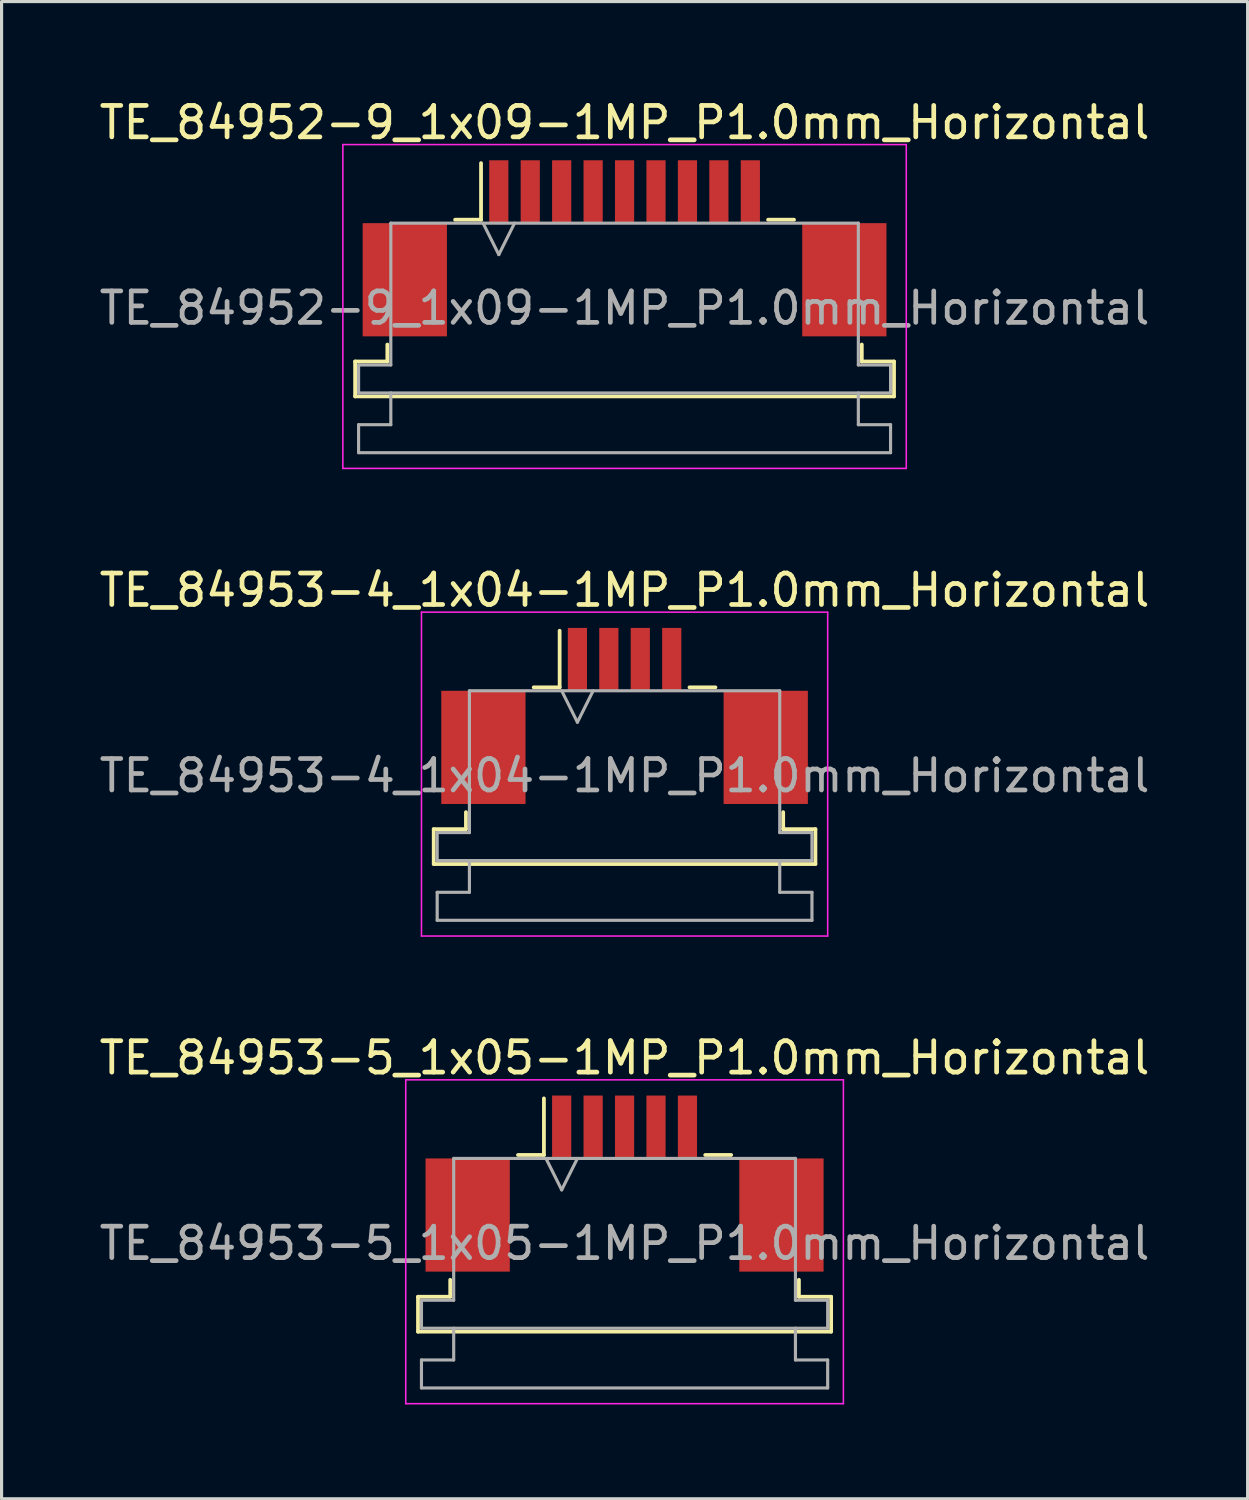
<source format=kicad_pcb>
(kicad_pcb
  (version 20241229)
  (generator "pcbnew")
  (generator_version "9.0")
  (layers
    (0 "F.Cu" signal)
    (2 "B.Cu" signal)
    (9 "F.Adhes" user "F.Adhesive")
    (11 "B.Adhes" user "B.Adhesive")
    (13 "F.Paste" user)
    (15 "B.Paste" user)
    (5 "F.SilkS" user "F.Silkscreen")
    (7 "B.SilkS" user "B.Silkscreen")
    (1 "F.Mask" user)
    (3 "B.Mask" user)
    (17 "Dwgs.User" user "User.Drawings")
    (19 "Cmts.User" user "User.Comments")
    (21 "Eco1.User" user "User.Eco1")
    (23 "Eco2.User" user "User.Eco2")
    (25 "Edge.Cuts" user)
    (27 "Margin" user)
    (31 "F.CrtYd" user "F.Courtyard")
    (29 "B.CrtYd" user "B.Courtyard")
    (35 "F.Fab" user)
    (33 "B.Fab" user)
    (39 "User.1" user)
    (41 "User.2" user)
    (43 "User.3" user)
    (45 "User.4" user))
  (footprint "TE_84953-4_1x04-1MP_P1.0mm_Horizontal"
    (layer "F.Cu")
    (at 16.815 19.721)
    (property "Reference" "TE_84953-4_1x04-1MP_P1.0mm_Horizontal" (at 0 -4 0) (layer "F.SilkS") (effects (font (size 1 1) (thickness 0.15))))
    (attr smd)
    (fp_line (start -6.07 3.6) (end -5.045 3.6) (stroke (width 0.12) (type solid)) (layer "F.SilkS"))
    (fp_line (start -6.07 4.71) (end -6.07 3.6) (stroke (width 0.12) (type solid)) (layer "F.SilkS"))
    (fp_line (start -5.045 3.6) (end -5.045 3.06) (stroke (width 0.12) (type solid)) (layer "F.SilkS"))
    (fp_line (start -2.89 -0.91) (end -2.065 -0.91) (stroke (width 0.12) (type solid)) (layer "F.SilkS"))
    (fp_line (start -2.065 -0.91) (end -2.065 -2.71) (stroke (width 0.12) (type solid)) (layer "F.SilkS"))
    (fp_line (start 2.065 -0.91) (end 2.89 -0.91) (stroke (width 0.12) (type solid)) (layer "F.SilkS"))
    (fp_line (start 5.045 3.06) (end 5.045 3.6) (stroke (width 0.12) (type solid)) (layer "F.SilkS"))
    (fp_line (start 5.045 3.6) (end 6.07 3.6) (stroke (width 0.12) (type solid)) (layer "F.SilkS"))
    (fp_line (start 6.07 3.6) (end 6.07 4.71) (stroke (width 0.12) (type solid)) (layer "F.SilkS"))
    (fp_line (start 6.07 4.71) (end -6.07 4.71) (stroke (width 0.12) (type solid)) (layer "F.SilkS"))
    (fp_line (start -6.46 -3.3) (end -6.46 7) (stroke (width 0.05) (type solid)) (layer "F.CrtYd"))
    (fp_line (start -6.46 7) (end 6.46 7) (stroke (width 0.05) (type solid)) (layer "F.CrtYd"))
    (fp_line (start 6.46 -3.3) (end -6.46 -3.3) (stroke (width 0.05) (type solid)) (layer "F.CrtYd"))
    (fp_line (start 6.46 7) (end 6.46 -3.3) (stroke (width 0.05) (type solid)) (layer "F.CrtYd"))
    (fp_line (start -5.96 3.71) (end -4.935 3.71) (stroke (width 0.1) (type solid)) (layer "F.Fab"))
    (fp_line (start -5.96 4.6) (end -5.96 3.71) (stroke (width 0.1) (type solid)) (layer "F.Fab"))
    (fp_line (start -5.96 5.61) (end -4.935 5.61) (stroke (width 0.1) (type solid)) (layer "F.Fab"))
    (fp_line (start -5.96 6.5) (end -5.96 5.61) (stroke (width 0.1) (type solid)) (layer "F.Fab"))
    (fp_line (start -4.935 -0.8) (end 4.935 -0.8) (stroke (width 0.1) (type solid)) (layer "F.Fab"))
    (fp_line (start -4.935 3.71) (end -4.935 -0.8) (stroke (width 0.1) (type solid)) (layer "F.Fab"))
    (fp_line (start -4.935 5.61) (end -4.935 4.6) (stroke (width 0.1) (type solid)) (layer "F.Fab"))
    (fp_line (start -2 -0.8) (end -1.5 0.2) (stroke (width 0.1) (type solid)) (layer "F.Fab"))
    (fp_line (start -1.5 0.2) (end -1 -0.8) (stroke (width 0.1) (type solid)) (layer "F.Fab"))
    (fp_line (start 4.935 -0.8) (end 4.935 3.71) (stroke (width 0.1) (type solid)) (layer "F.Fab"))
    (fp_line (start 4.935 3.71) (end 5.96 3.71) (stroke (width 0.1) (type solid)) (layer "F.Fab"))
    (fp_line (start 4.935 4.6) (end 4.935 5.61) (stroke (width 0.1) (type solid)) (layer "F.Fab"))
    (fp_line (start 4.935 5.61) (end 5.96 5.61) (stroke (width 0.1) (type solid)) (layer "F.Fab"))
    (fp_line (start 5.96 3.71) (end 5.96 4.6) (stroke (width 0.1) (type solid)) (layer "F.Fab"))
    (fp_line (start 5.96 4.6) (end -5.96 4.6) (stroke (width 0.1) (type solid)) (layer "F.Fab"))
    (fp_line (start 5.96 5.61) (end 5.96 6.5) (stroke (width 0.1) (type solid)) (layer "F.Fab"))
    (fp_line (start 5.96 6.5) (end -5.96 6.5) (stroke (width 0.1) (type solid)) (layer "F.Fab"))
    (fp_text user "${REFERENCE}" (at 0 1.9 0) (layer "F.Fab") (effects (font (size 1 1) (thickness 0.15))))
    (pad "1" smd rect (at -1.5 -1.8) (size 0.61 2) (layers "F.Cu" "F.Mask" "F.Paste"))
    (pad "2" smd rect (at -0.5 -1.8) (size 0.61 2) (layers "F.Cu" "F.Mask" "F.Paste"))
    (pad "3" smd rect (at 0.5 -1.8) (size 0.61 2) (layers "F.Cu" "F.Mask" "F.Paste"))
    (pad "4" smd rect (at 1.5 -1.8) (size 0.61 2) (layers "F.Cu" "F.Mask" "F.Paste"))
    (pad "MP" smd rect (at -4.49 1) (size 2.68 3.6) (layers "F.Cu" "F.Mask" "F.Paste"))
    (pad "MP" smd rect (at 4.49 1) (size 2.68 3.6) (layers "F.Cu" "F.Mask" "F.Paste")))
  (footprint "TE_84952-9_1x09-1MP_P1.0mm_Horizontal"
    (layer "F.Cu")
    (at 16.815 4.848)
    (property "Reference" "TE_84952-9_1x09-1MP_P1.0mm_Horizontal" (at 0 -4 0) (layer "F.SilkS") (effects (font (size 1 1) (thickness 0.15))))
    (attr smd)
    (fp_line (start -8.57 3.6) (end -7.545 3.6) (stroke (width 0.12) (type solid)) (layer "F.SilkS"))
    (fp_line (start -8.57 4.71) (end -8.57 3.6) (stroke (width 0.12) (type solid)) (layer "F.SilkS"))
    (fp_line (start -7.545 3.6) (end -7.545 3.06) (stroke (width 0.12) (type solid)) (layer "F.SilkS"))
    (fp_line (start -5.39 -0.91) (end -4.565 -0.91) (stroke (width 0.12) (type solid)) (layer "F.SilkS"))
    (fp_line (start -4.565 -0.91) (end -4.565 -2.71) (stroke (width 0.12) (type solid)) (layer "F.SilkS"))
    (fp_line (start 4.565 -0.91) (end 5.39 -0.91) (stroke (width 0.12) (type solid)) (layer "F.SilkS"))
    (fp_line (start 7.545 3.06) (end 7.545 3.6) (stroke (width 0.12) (type solid)) (layer "F.SilkS"))
    (fp_line (start 7.545 3.6) (end 8.57 3.6) (stroke (width 0.12) (type solid)) (layer "F.SilkS"))
    (fp_line (start 8.57 3.6) (end 8.57 4.71) (stroke (width 0.12) (type solid)) (layer "F.SilkS"))
    (fp_line (start 8.57 4.71) (end -8.57 4.71) (stroke (width 0.12) (type solid)) (layer "F.SilkS"))
    (fp_line (start -8.96 -3.3) (end -8.96 7) (stroke (width 0.05) (type solid)) (layer "F.CrtYd"))
    (fp_line (start -8.96 7) (end 8.96 7) (stroke (width 0.05) (type solid)) (layer "F.CrtYd"))
    (fp_line (start 8.96 -3.3) (end -8.96 -3.3) (stroke (width 0.05) (type solid)) (layer "F.CrtYd"))
    (fp_line (start 8.96 7) (end 8.96 -3.3) (stroke (width 0.05) (type solid)) (layer "F.CrtYd"))
    (fp_line (start -8.46 3.71) (end -7.435 3.71) (stroke (width 0.1) (type solid)) (layer "F.Fab"))
    (fp_line (start -8.46 4.6) (end -8.46 3.71) (stroke (width 0.1) (type solid)) (layer "F.Fab"))
    (fp_line (start -8.46 5.61) (end -7.435 5.61) (stroke (width 0.1) (type solid)) (layer "F.Fab"))
    (fp_line (start -8.46 6.5) (end -8.46 5.61) (stroke (width 0.1) (type solid)) (layer "F.Fab"))
    (fp_line (start -7.435 -0.8) (end 7.435 -0.8) (stroke (width 0.1) (type solid)) (layer "F.Fab"))
    (fp_line (start -7.435 3.71) (end -7.435 -0.8) (stroke (width 0.1) (type solid)) (layer "F.Fab"))
    (fp_line (start -7.435 5.61) (end -7.435 4.6) (stroke (width 0.1) (type solid)) (layer "F.Fab"))
    (fp_line (start -4.5 -0.8) (end -4 0.2) (stroke (width 0.1) (type solid)) (layer "F.Fab"))
    (fp_line (start -4 0.2) (end -3.5 -0.8) (stroke (width 0.1) (type solid)) (layer "F.Fab"))
    (fp_line (start 7.435 -0.8) (end 7.435 3.71) (stroke (width 0.1) (type solid)) (layer "F.Fab"))
    (fp_line (start 7.435 3.71) (end 8.46 3.71) (stroke (width 0.1) (type solid)) (layer "F.Fab"))
    (fp_line (start 7.435 4.6) (end 7.435 5.61) (stroke (width 0.1) (type solid)) (layer "F.Fab"))
    (fp_line (start 7.435 5.61) (end 8.46 5.61) (stroke (width 0.1) (type solid)) (layer "F.Fab"))
    (fp_line (start 8.46 3.71) (end 8.46 4.6) (stroke (width 0.1) (type solid)) (layer "F.Fab"))
    (fp_line (start 8.46 4.6) (end -8.46 4.6) (stroke (width 0.1) (type solid)) (layer "F.Fab"))
    (fp_line (start 8.46 5.61) (end 8.46 6.5) (stroke (width 0.1) (type solid)) (layer "F.Fab"))
    (fp_line (start 8.46 6.5) (end -8.46 6.5) (stroke (width 0.1) (type solid)) (layer "F.Fab"))
    (fp_text user "${REFERENCE}" (at 0 1.9 0) (layer "F.Fab") (effects (font (size 1 1) (thickness 0.15))))
    (pad "1" smd rect (at -4 -1.8) (size 0.61 2) (layers "F.Cu" "F.Mask" "F.Paste"))
    (pad "2" smd rect (at -3 -1.8) (size 0.61 2) (layers "F.Cu" "F.Mask" "F.Paste"))
    (pad "3" smd rect (at -2 -1.8) (size 0.61 2) (layers "F.Cu" "F.Mask" "F.Paste"))
    (pad "4" smd rect (at -1 -1.8) (size 0.61 2) (layers "F.Cu" "F.Mask" "F.Paste"))
    (pad "5" smd rect (at 0 -1.8) (size 0.61 2) (layers "F.Cu" "F.Mask" "F.Paste"))
    (pad "6" smd rect (at 1 -1.8) (size 0.61 2) (layers "F.Cu" "F.Mask" "F.Paste"))
    (pad "7" smd rect (at 2 -1.8) (size 0.61 2) (layers "F.Cu" "F.Mask" "F.Paste"))
    (pad "8" smd rect (at 3 -1.8) (size 0.61 2) (layers "F.Cu" "F.Mask" "F.Paste"))
    (pad "9" smd rect (at 4 -1.8) (size 0.61 2) (layers "F.Cu" "F.Mask" "F.Paste"))
    (pad "MP" smd rect (at -6.99 1) (size 2.68 3.6) (layers "F.Cu" "F.Mask" "F.Paste"))
    (pad "MP" smd rect (at 6.99 1) (size 2.68 3.6) (layers "F.Cu" "F.Mask" "F.Paste")))
  (footprint "TE_84953-5_1x05-1MP_P1.0mm_Horizontal"
    (layer "F.Cu")
    (at 16.815 34.595)
    (property "Reference" "TE_84953-5_1x05-1MP_P1.0mm_Horizontal" (at 0 -4 0) (layer "F.SilkS") (effects (font (size 1 1) (thickness 0.15))))
    (attr smd)
    (fp_line (start -6.57 3.6) (end -5.545 3.6) (stroke (width 0.12) (type solid)) (layer "F.SilkS"))
    (fp_line (start -6.57 4.71) (end -6.57 3.6) (stroke (width 0.12) (type solid)) (layer "F.SilkS"))
    (fp_line (start -5.545 3.6) (end -5.545 3.06) (stroke (width 0.12) (type solid)) (layer "F.SilkS"))
    (fp_line (start -3.39 -0.91) (end -2.565 -0.91) (stroke (width 0.12) (type solid)) (layer "F.SilkS"))
    (fp_line (start -2.565 -0.91) (end -2.565 -2.71) (stroke (width 0.12) (type solid)) (layer "F.SilkS"))
    (fp_line (start 2.565 -0.91) (end 3.39 -0.91) (stroke (width 0.12) (type solid)) (layer "F.SilkS"))
    (fp_line (start 5.545 3.06) (end 5.545 3.6) (stroke (width 0.12) (type solid)) (layer "F.SilkS"))
    (fp_line (start 5.545 3.6) (end 6.57 3.6) (stroke (width 0.12) (type solid)) (layer "F.SilkS"))
    (fp_line (start 6.57 3.6) (end 6.57 4.71) (stroke (width 0.12) (type solid)) (layer "F.SilkS"))
    (fp_line (start 6.57 4.71) (end -6.57 4.71) (stroke (width 0.12) (type solid)) (layer "F.SilkS"))
    (fp_line (start -6.96 -3.3) (end -6.96 7) (stroke (width 0.05) (type solid)) (layer "F.CrtYd"))
    (fp_line (start -6.96 7) (end 6.96 7) (stroke (width 0.05) (type solid)) (layer "F.CrtYd"))
    (fp_line (start 6.96 -3.3) (end -6.96 -3.3) (stroke (width 0.05) (type solid)) (layer "F.CrtYd"))
    (fp_line (start 6.96 7) (end 6.96 -3.3) (stroke (width 0.05) (type solid)) (layer "F.CrtYd"))
    (fp_line (start -6.46 3.71) (end -5.435 3.71) (stroke (width 0.1) (type solid)) (layer "F.Fab"))
    (fp_line (start -6.46 4.6) (end -6.46 3.71) (stroke (width 0.1) (type solid)) (layer "F.Fab"))
    (fp_line (start -6.46 5.61) (end -5.435 5.61) (stroke (width 0.1) (type solid)) (layer "F.Fab"))
    (fp_line (start -6.46 6.5) (end -6.46 5.61) (stroke (width 0.1) (type solid)) (layer "F.Fab"))
    (fp_line (start -5.435 -0.8) (end 5.435 -0.8) (stroke (width 0.1) (type solid)) (layer "F.Fab"))
    (fp_line (start -5.435 3.71) (end -5.435 -0.8) (stroke (width 0.1) (type solid)) (layer "F.Fab"))
    (fp_line (start -5.435 5.61) (end -5.435 4.6) (stroke (width 0.1) (type solid)) (layer "F.Fab"))
    (fp_line (start -2.5 -0.8) (end -2 0.2) (stroke (width 0.1) (type solid)) (layer "F.Fab"))
    (fp_line (start -2 0.2) (end -1.5 -0.8) (stroke (width 0.1) (type solid)) (layer "F.Fab"))
    (fp_line (start 5.435 -0.8) (end 5.435 3.71) (stroke (width 0.1) (type solid)) (layer "F.Fab"))
    (fp_line (start 5.435 3.71) (end 6.46 3.71) (stroke (width 0.1) (type solid)) (layer "F.Fab"))
    (fp_line (start 5.435 4.6) (end 5.435 5.61) (stroke (width 0.1) (type solid)) (layer "F.Fab"))
    (fp_line (start 5.435 5.61) (end 6.46 5.61) (stroke (width 0.1) (type solid)) (layer "F.Fab"))
    (fp_line (start 6.46 3.71) (end 6.46 4.6) (stroke (width 0.1) (type solid)) (layer "F.Fab"))
    (fp_line (start 6.46 4.6) (end -6.46 4.6) (stroke (width 0.1) (type solid)) (layer "F.Fab"))
    (fp_line (start 6.46 5.61) (end 6.46 6.5) (stroke (width 0.1) (type solid)) (layer "F.Fab"))
    (fp_line (start 6.46 6.5) (end -6.46 6.5) (stroke (width 0.1) (type solid)) (layer "F.Fab"))
    (fp_text user "${REFERENCE}" (at 0 1.9 0) (layer "F.Fab") (effects (font (size 1 1) (thickness 0.15))))
    (pad "1" smd rect (at -2 -1.8) (size 0.61 2) (layers "F.Cu" "F.Mask" "F.Paste"))
    (pad "2" smd rect (at -1 -1.8) (size 0.61 2) (layers "F.Cu" "F.Mask" "F.Paste"))
    (pad "3" smd rect (at 0 -1.8) (size 0.61 2) (layers "F.Cu" "F.Mask" "F.Paste"))
    (pad "4" smd rect (at 1 -1.8) (size 0.61 2) (layers "F.Cu" "F.Mask" "F.Paste"))
    (pad "5" smd rect (at 2 -1.8) (size 0.61 2) (layers "F.Cu" "F.Mask" "F.Paste"))
    (pad "MP" smd rect (at -4.99 1) (size 2.68 3.6) (layers "F.Cu" "F.Mask" "F.Paste"))
    (pad "MP" smd rect (at 4.99 1) (size 2.68 3.6) (layers "F.Cu" "F.Mask" "F.Paste")))
  (gr_rect
    (start -3 -3)
    (end 36.631 44.62)
    (stroke (width 0.1) (type default))
    (fill no)
    (layer "Edge.Cuts")))
</source>
